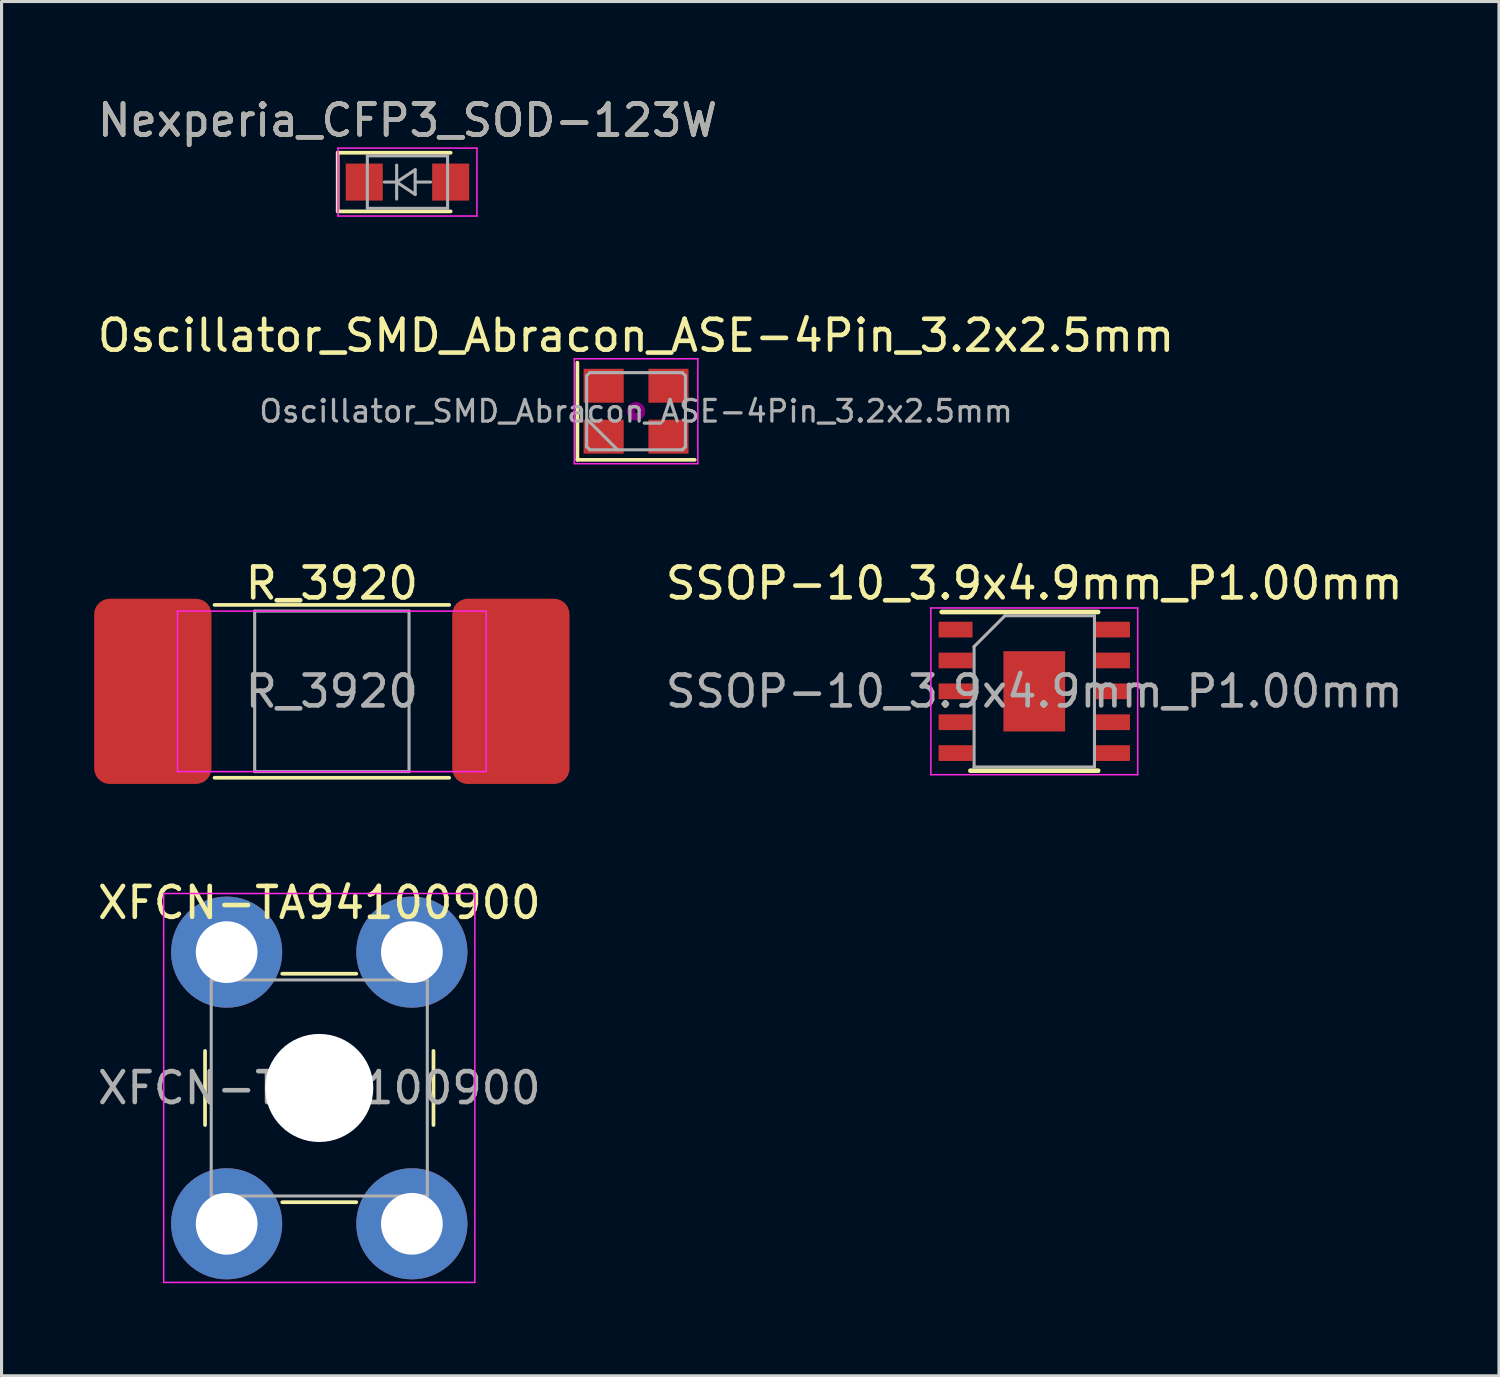
<source format=kicad_pcb>
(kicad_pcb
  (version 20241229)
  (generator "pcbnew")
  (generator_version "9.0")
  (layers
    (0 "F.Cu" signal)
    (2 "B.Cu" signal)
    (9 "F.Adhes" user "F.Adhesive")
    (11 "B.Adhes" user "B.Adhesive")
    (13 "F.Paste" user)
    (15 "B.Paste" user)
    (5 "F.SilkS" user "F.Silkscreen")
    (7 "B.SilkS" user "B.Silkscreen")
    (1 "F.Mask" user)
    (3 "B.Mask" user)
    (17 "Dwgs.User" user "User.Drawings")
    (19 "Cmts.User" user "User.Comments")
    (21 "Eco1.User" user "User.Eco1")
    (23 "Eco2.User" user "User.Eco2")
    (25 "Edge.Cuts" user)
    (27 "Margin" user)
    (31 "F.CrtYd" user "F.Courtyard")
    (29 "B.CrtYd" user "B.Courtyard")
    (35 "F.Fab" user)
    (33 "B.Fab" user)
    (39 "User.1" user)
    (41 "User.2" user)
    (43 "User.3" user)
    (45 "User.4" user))
  (footprint "XFCN-TA94100900"
    (layer "F.Cu")
    (at 7.292 32.193)
    (property "Reference" "XFCN-TA94100900" (at 0 -6 0) (layer "F.SilkS") (effects (font (size 1 1) (thickness 0.15))))
    (attr smd)
    (fp_line (start -3.7 1.2) (end -3.7 -1.2) (stroke (width 0.12) (type solid)) (layer "F.SilkS"))
    (fp_line (start -1.2 -3.7) (end 1.2 -3.7) (stroke (width 0.12) (type solid)) (layer "F.SilkS"))
    (fp_line (start 1.2 3.7) (end -1.2 3.7) (stroke (width 0.12) (type solid)) (layer "F.SilkS"))
    (fp_line (start 3.7 -1.2) (end 3.7 1.2) (stroke (width 0.12) (type solid)) (layer "F.SilkS"))
    (fp_line (start -5.04 -6.3) (end 5.04 -6.3) (stroke (width 0.05) (type solid)) (layer "F.CrtYd"))
    (fp_line (start -5.04 6.3) (end -5.04 -6.3) (stroke (width 0.05) (type solid)) (layer "F.CrtYd"))
    (fp_line (start 5.04 -6.3) (end 5.04 6.3) (stroke (width 0.05) (type solid)) (layer "F.CrtYd"))
    (fp_line (start 5.04 6.3) (end -5.04 6.3) (stroke (width 0.05) (type solid)) (layer "F.CrtYd"))
    (fp_line (start -3.5 -3.5) (end 3.5 -3.5) (stroke (width 0.1) (type solid)) (layer "F.Fab"))
    (fp_line (start -3.5 3.5) (end -3.5 -3.5) (stroke (width 0.1) (type solid)) (layer "F.Fab"))
    (fp_line (start 3.5 -3.5) (end 3.5 3.5) (stroke (width 0.1) (type solid)) (layer "F.Fab"))
    (fp_line (start 3.5 3.5) (end -3.5 3.5) (stroke (width 0.1) (type solid)) (layer "F.Fab"))
    (fp_text user "${REFERENCE}" (at 0 0 0) (layer "F.Fab") (effects (font (size 1 1) (thickness 0.15))))
    (pad "" smd circle (at -3 -4.4) (size 3.5 3.5) (layers "F.Paste"))
    (pad "" smd circle (at -3 4.4) (size 3.5 3.5) (layers "F.Paste"))
    (pad "" np_thru_hole circle (at 0 0) (size 3.5 3.5) (drill 3.5) (layers "*.Cu" "*.Mask"))
    (pad "" smd circle (at 3 -4.4) (size 3.5 3.5) (layers "F.Paste"))
    (pad "" smd circle (at 3 4.4) (size 3.5 3.5) (layers "F.Paste"))
    (pad "1" thru_hole circle (at -3 -4.4) (size 3.6 3.6) (drill 2) (layers "*.Cu" "*.Mask"))
    (pad "1" thru_hole circle (at -3 4.4) (size 3.6 3.6) (drill 2) (layers "*.Cu" "*.Mask"))
    (pad "1" thru_hole circle (at 3 -4.4) (size 3.6 3.6) (drill 2) (layers "*.Cu" "*.Mask"))
    (pad "1" thru_hole circle (at 3 4.4) (size 3.6 3.6) (drill 2) (layers "*.Cu" "*.Mask")))
  (footprint "SSOP-10_3.9x4.9mm_P1.00mm"
    (layer "F.Cu")
    (at 30.454 19.345)
    (property "Reference" "SSOP-10_3.9x4.9mm_P1.00mm" (at 0 -3.5 0) (layer "F.SilkS") (effects (font (size 1 1) (thickness 0.15))))
    (attr smd)
    (fp_line (start -3 -2.57) (end 2.07 -2.57) (stroke (width 0.15) (type solid)) (layer "F.SilkS"))
    (fp_line (start -2.07 2.57) (end 2.07 2.57) (stroke (width 0.15) (type solid)) (layer "F.SilkS"))
    (fp_line (start -3.35 -2.7) (end -3.35 2.7) (stroke (width 0.05) (type solid)) (layer "F.CrtYd"))
    (fp_line (start -3.35 -2.7) (end 3.35 -2.7) (stroke (width 0.05) (type solid)) (layer "F.CrtYd"))
    (fp_line (start -3.35 2.7) (end 3.35 2.7) (stroke (width 0.05) (type solid)) (layer "F.CrtYd"))
    (fp_line (start 3.35 -2.7) (end 3.35 2.7) (stroke (width 0.05) (type solid)) (layer "F.CrtYd"))
    (fp_line (start -1.95 -1.45) (end -0.95 -2.45) (stroke (width 0.1) (type solid)) (layer "F.Fab"))
    (fp_line (start -1.95 2.45) (end -1.95 -1.45) (stroke (width 0.1) (type solid)) (layer "F.Fab"))
    (fp_line (start -0.95 -2.45) (end 1.95 -2.45) (stroke (width 0.1) (type solid)) (layer "F.Fab"))
    (fp_line (start 1.95 -2.45) (end 1.95 2.45) (stroke (width 0.1) (type solid)) (layer "F.Fab"))
    (fp_line (start 1.95 2.45) (end -1.95 2.45) (stroke (width 0.1) (type solid)) (layer "F.Fab"))
    (fp_text user "${REFERENCE}" (at 0 0 0) (layer "F.Fab") (effects (font (size 1 1) (thickness 0.15))))
    (pad "1" smd rect (at -2.55 -2) (size 1.1 0.51) (layers "F.Cu" "F.Mask" "F.Paste"))
    (pad "2" smd rect (at -2.55 -1) (size 1.1 0.51) (layers "F.Cu" "F.Mask" "F.Paste"))
    (pad "3" smd rect (at -2.55 0) (size 1.1 0.51) (layers "F.Cu" "F.Mask" "F.Paste"))
    (pad "4" smd rect (at -2.55 1) (size 1.1 0.51) (layers "F.Cu" "F.Mask" "F.Paste"))
    (pad "5" smd rect (at -2.55 2) (size 1.1 0.51) (layers "F.Cu" "F.Mask" "F.Paste"))
    (pad "6" smd rect (at 2.55 2) (size 1.1 0.51) (layers "F.Cu" "F.Mask" "F.Paste"))
    (pad "7" smd rect (at 2.55 1) (size 1.1 0.51) (layers "F.Cu" "F.Mask" "F.Paste"))
    (pad "8" smd rect (at 2.55 0) (size 1.1 0.51) (layers "F.Cu" "F.Mask" "F.Paste"))
    (pad "9" smd rect (at 2.55 -1) (size 1.1 0.51) (layers "F.Cu" "F.Mask" "F.Paste"))
    (pad "10" smd rect (at 2.55 -2) (size 1.1 0.51) (layers "F.Cu" "F.Mask" "F.Paste"))
    (pad "11" smd rect (at 0 0) (size 2 2.6) (layers "F.Cu" "F.Mask" "F.Paste")))
  (footprint "Nexperia_CFP3_SOD-123W"
    (layer "F.Cu")
    (at 10.149 2.848)
    (property "Reference" "Nexperia_CFP3_SOD-123W" (at 0 -2 0) (layer "F.SilkS") (effects (font (size 1 1) (thickness 0.15))))
    (attr smd)
    (fp_line (start -2.26 -0.95) (end -2.26 0.95) (stroke (width 0.12) (type solid)) (layer "F.SilkS"))
    (fp_line (start -2.26 -0.95) (end 1.4 -0.95) (stroke (width 0.12) (type solid)) (layer "F.SilkS"))
    (fp_line (start -2.26 0.95) (end 1.4 0.95) (stroke (width 0.12) (type solid)) (layer "F.SilkS"))
    (fp_line (start -2.25 -1.1) (end -2.25 1.1) (stroke (width 0.05) (type solid)) (layer "F.CrtYd"))
    (fp_line (start -2.25 -1.1) (end 2.25 -1.1) (stroke (width 0.05) (type solid)) (layer "F.CrtYd"))
    (fp_line (start 2.25 -1.1) (end 2.25 1.1) (stroke (width 0.05) (type solid)) (layer "F.CrtYd"))
    (fp_line (start 2.25 1.1) (end -2.25 1.1) (stroke (width 0.05) (type solid)) (layer "F.CrtYd"))
    (fp_line (start -1.3 -0.85) (end 1.3 -0.85) (stroke (width 0.1) (type solid)) (layer "F.Fab"))
    (fp_line (start -1.3 0.85) (end -1.3 -0.85) (stroke (width 0.1) (type solid)) (layer "F.Fab"))
    (fp_line (start -0.75 0) (end -0.35 0) (stroke (width 0.1) (type solid)) (layer "F.Fab"))
    (fp_line (start -0.35 -0.55) (end -0.35 0.55) (stroke (width 0.1) (type solid)) (layer "F.Fab"))
    (fp_line (start -0.35 0) (end 0.25 -0.4) (stroke (width 0.1) (type solid)) (layer "F.Fab"))
    (fp_line (start -0.35 0) (end 0.25 0.4) (stroke (width 0.1) (type solid)) (layer "F.Fab"))
    (fp_line (start 0.25 -0.4) (end 0.25 0.4) (stroke (width 0.1) (type solid)) (layer "F.Fab"))
    (fp_line (start 0.75 0) (end 0.25 0) (stroke (width 0.1) (type solid)) (layer "F.Fab"))
    (fp_line (start 1.3 -0.85) (end 1.3 0.85) (stroke (width 0.1) (type solid)) (layer "F.Fab"))
    (fp_line (start 1.3 0.85) (end -1.3 0.85) (stroke (width 0.1) (type solid)) (layer "F.Fab"))
    (fp_text user "${REFERENCE}" (at 0 -2 0) (layer "F.Fab") (effects (font (size 1 1) (thickness 0.15))))
    (pad "1" smd rect (at -1.4 0) (size 1.2 1.2) (layers "F.Cu" "F.Mask" "F.Paste"))
    (pad "2" smd rect (at 1.4 0) (size 1.2 1.2) (layers "F.Cu" "F.Mask" "F.Paste")))
  (footprint "R_3920"
    (layer "F.Cu")
    (at 7.7 19.345)
    (property "Reference" "R_3920" (at 0 -3.5 0) (layer "F.SilkS") (effects (font (size 1 1) (thickness 0.15))))
    (attr smd)
    (fp_line (start -3.8 -2.8) (end 3.8 -2.8) (stroke (width 0.12) (type solid)) (layer "F.SilkS"))
    (fp_line (start -3.8 2.8) (end 3.8 2.8) (stroke (width 0.12) (type solid)) (layer "F.SilkS"))
    (fp_line (start -5 -2.6) (end 5 -2.6) (stroke (width 0.05) (type solid)) (layer "F.CrtYd"))
    (fp_line (start -5 2.6) (end -5 -2.6) (stroke (width 0.05) (type solid)) (layer "F.CrtYd"))
    (fp_line (start 5 -2.6) (end 5 2.6) (stroke (width 0.05) (type solid)) (layer "F.CrtYd"))
    (fp_line (start 5 2.6) (end -5 2.6) (stroke (width 0.05) (type solid)) (layer "F.CrtYd"))
    (fp_line (start -2.5 -2.6) (end 2.5 -2.6) (stroke (width 0.1) (type solid)) (layer "F.Fab"))
    (fp_line (start -2.5 2.6) (end -2.5 -2.6) (stroke (width 0.1) (type solid)) (layer "F.Fab"))
    (fp_line (start 2.5 -2.6) (end 2.5 2.6) (stroke (width 0.1) (type solid)) (layer "F.Fab"))
    (fp_line (start 2.5 2.6) (end -2.5 2.6) (stroke (width 0.1) (type solid)) (layer "F.Fab"))
    (fp_text user "${REFERENCE}" (at 0 0 0) (layer "F.Fab") (effects (font (size 1 1) (thickness 0.15))))
    (pad "1" smd roundrect (at -5.8 0) (size 3.8 6) (layers "F.Cu" "F.Mask" "F.Paste") (roundrect_rratio 0.132))
    (pad "2" smd roundrect (at 5.8 0) (size 3.8 6) (layers "F.Cu" "F.Mask" "F.Paste") (roundrect_rratio 0.132)))
  (footprint "Oscillator_SMD_Abracon_ASE-4Pin_3.2x2.5mm"
    (layer "F.Cu")
    (at 17.554 10.271)
    (property "Reference" "Oscillator_SMD_Abracon_ASE-4Pin_3.2x2.5mm" (at 0 -2.45 0) (layer "F.SilkS") (effects (font (size 1 1) (thickness 0.15))))
    (attr smd)
    (fp_line (start -1.9 -1.575) (end -1.9 1.575) (stroke (width 0.12) (type solid)) (layer "F.SilkS"))
    (fp_line (start -1.9 1.575) (end 1.9 1.575) (stroke (width 0.12) (type solid)) (layer "F.SilkS"))
    (fp_circle (center 0 0) (end 0.058 0) (stroke (width 0.117) (type solid)) (fill no) (layer "F.Adhes"))
    (fp_circle (center 0 0) (end 0.133 0) (stroke (width 0.083) (type solid)) (fill no) (layer "F.Adhes"))
    (fp_circle (center 0 0) (end 0.208 0) (stroke (width 0.083) (type solid)) (fill no) (layer "F.Adhes"))
    (fp_circle (center 0 0) (end 0.25 0) (stroke (width 0.1) (type solid)) (fill no) (layer "F.Adhes"))
    (fp_line (start -2 -1.7) (end -2 1.7) (stroke (width 0.05) (type solid)) (layer "F.CrtYd"))
    (fp_line (start -2 1.7) (end 2 1.7) (stroke (width 0.05) (type solid)) (layer "F.CrtYd"))
    (fp_line (start 2 -1.7) (end -2 -1.7) (stroke (width 0.05) (type solid)) (layer "F.CrtYd"))
    (fp_line (start 2 1.7) (end 2 -1.7) (stroke (width 0.05) (type solid)) (layer "F.CrtYd"))
    (fp_line (start -1.6 -1.15) (end -1.5 -1.25) (stroke (width 0.1) (type solid)) (layer "F.Fab"))
    (fp_line (start -1.6 0.25) (end -0.6 1.25) (stroke (width 0.1) (type solid)) (layer "F.Fab"))
    (fp_line (start -1.6 1.15) (end -1.6 -1.15) (stroke (width 0.1) (type solid)) (layer "F.Fab"))
    (fp_line (start -1.5 -1.25) (end 1.5 -1.25) (stroke (width 0.1) (type solid)) (layer "F.Fab"))
    (fp_line (start -1.5 1.25) (end -1.6 1.15) (stroke (width 0.1) (type solid)) (layer "F.Fab"))
    (fp_line (start 1.5 -1.25) (end 1.6 -1.15) (stroke (width 0.1) (type solid)) (layer "F.Fab"))
    (fp_line (start 1.5 1.25) (end -1.5 1.25) (stroke (width 0.1) (type solid)) (layer "F.Fab"))
    (fp_line (start 1.6 -1.15) (end 1.6 1.15) (stroke (width 0.1) (type solid)) (layer "F.Fab"))
    (fp_line (start 1.6 1.15) (end 1.5 1.25) (stroke (width 0.1) (type solid)) (layer "F.Fab"))
    (fp_text user "${REFERENCE}" (at 0 0 0) (layer "F.Fab") (effects (font (size 0.7 0.7) (thickness 0.105))))
    (pad "1" smd rect (at -1.05 0.825) (size 1.3 1.1) (layers "F.Cu" "F.Mask" "F.Paste"))
    (pad "2" smd rect (at 1.05 0.825) (size 1.3 1.1) (layers "F.Cu" "F.Mask" "F.Paste"))
    (pad "3" smd rect (at 1.05 -0.825) (size 1.3 1.1) (layers "F.Cu" "F.Mask" "F.Paste"))
    (pad "4" smd rect (at -1.05 -0.825) (size 1.3 1.1) (layers "F.Cu" "F.Mask" "F.Paste")))
  (gr_rect
    (start -3 -3)
    (end 45.507 41.518)
    (stroke (width 0.1) (type default))
    (fill no)
    (layer "Edge.Cuts")))
</source>
